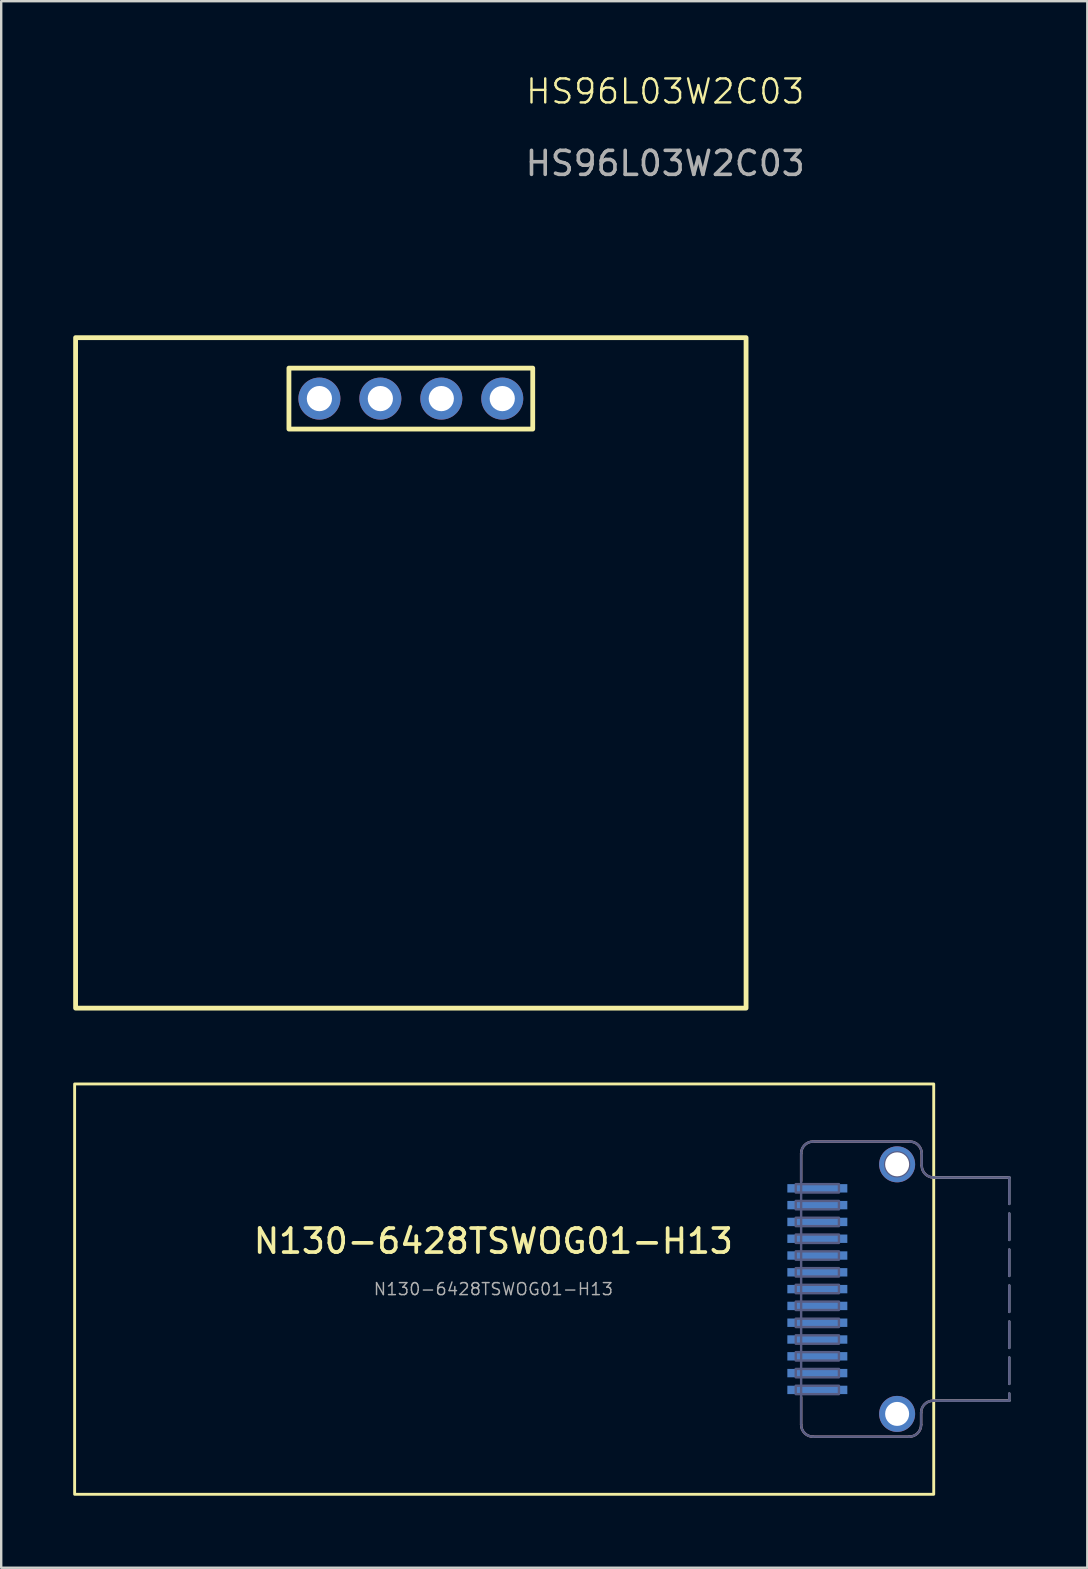
<source format=kicad_pcb>
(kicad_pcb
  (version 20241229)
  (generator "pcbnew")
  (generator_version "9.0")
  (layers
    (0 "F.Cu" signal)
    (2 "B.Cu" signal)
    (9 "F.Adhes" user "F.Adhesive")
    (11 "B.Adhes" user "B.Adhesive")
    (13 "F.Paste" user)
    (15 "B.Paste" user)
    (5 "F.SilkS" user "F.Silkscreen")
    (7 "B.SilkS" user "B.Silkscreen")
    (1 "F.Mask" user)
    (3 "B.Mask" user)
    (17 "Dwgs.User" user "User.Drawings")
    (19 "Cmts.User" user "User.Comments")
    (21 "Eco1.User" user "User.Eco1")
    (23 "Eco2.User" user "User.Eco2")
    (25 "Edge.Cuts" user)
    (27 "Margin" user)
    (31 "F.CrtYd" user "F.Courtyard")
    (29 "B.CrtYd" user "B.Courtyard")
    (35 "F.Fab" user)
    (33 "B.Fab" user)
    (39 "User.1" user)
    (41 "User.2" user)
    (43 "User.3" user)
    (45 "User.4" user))
  (footprint "HS96L03W2C03"
    (layer "F.Cu")
    (at 14.07 13.56)
    (property "Reference" "HS96L03W2C03" (at 10.6 -12.8 0) (unlocked yes) (layer "F.SilkS") (effects (font (size 1 1) (thickness 0.1))))
    (attr through_hole)
    (fp_rect (start -13.97 -2.54) (end 13.97 25.4) (stroke (width 0.2) (type default)) (fill no) (layer "F.SilkS"))
    (fp_rect (start -5.08 -1.27) (end 5.08 1.27) (stroke (width 0.2) (type default)) (fill no) (layer "F.SilkS"))
    (fp_text user "${REFERENCE}" (at 10.6 -9.8 0) (unlocked yes) (layer "F.Fab") (effects (font (size 1 1) (thickness 0.15))))
    (pad "1" thru_hole circle (at -3.81 0) (size 1.75 1.75) (drill 1.05) (layers "*.Cu" "*.Mask"))
    (pad "2" thru_hole circle (at -1.27 0) (size 1.75 1.75) (drill 1.05) (layers "*.Cu" "*.Mask"))
    (pad "3" thru_hole circle (at 1.27 0) (size 1.75 1.75) (drill 1.05) (layers "*.Cu" "*.Mask"))
    (pad "4" thru_hole circle (at 3.81 0) (size 1.75 1.75) (drill 1.05) (layers "*.Cu" "*.Mask")))
  (footprint "N130-6428TSWOG01-H13"
    (layer "F.Cu")
    (at 39.01 50.67)
    (property "Reference" "N130-6428TSWOG01-H13" (at -21.5 -2 0) (unlocked yes) (layer "F.SilkS") (effects (font (size 1 1) (thickness 0.155))))
    (attr smd)
    (fp_rect (start -38.95 -8.55) (end -3.15 8.55) (stroke (width 0.12) (type default)) (fill no) (layer "F.SilkS"))
    (fp_line (start -8.675 -4.5) (end -8.675 -5.65) (stroke (width 0.1) (type default)) (layer "B.SilkS"))
    (fp_line (start -8.675 5.65) (end -8.675 4.5) (stroke (width 0.1) (type default)) (layer "B.SilkS"))
    (fp_line (start -4.175 6.15) (end -8.175 6.15) (stroke (width 0.1) (type default)) (layer "B.SilkS"))
    (fp_line (start -4.15 -6.15) (end -8.175 -6.15) (stroke (width 0.1) (type default)) (layer "B.SilkS"))
    (fp_line (start -3.675 5.65) (end -3.675 5.15) (stroke (width 0.1) (type default)) (layer "B.SilkS"))
    (fp_line (start -3.65 -5.15) (end -3.65 -5.65) (stroke (width 0.1) (type default)) (layer "B.SilkS"))
    (fp_line (start -3.175 4.65) (end -0.025 4.65) (stroke (width 0.1) (type default)) (layer "B.SilkS"))
    (fp_line (start -3.15 -4.65) (end 0 -4.65) (stroke (width 0.1) (type default)) (layer "B.SilkS"))
    (fp_arc (start -8.675 -5.65) (mid -8.528553 -6.003553) (end -8.175 -6.15) (stroke (width 0.1) (type default)) (layer "B.SilkS"))
    (fp_arc (start -8.175 6.15) (mid -8.528553 6.003553) (end -8.675 5.65) (stroke (width 0.1) (type default)) (layer "B.SilkS"))
    (fp_arc (start -4.15 -6.15) (mid -3.796447 -6.003553) (end -3.65 -5.65) (stroke (width 0.1) (type default)) (layer "B.SilkS"))
    (fp_arc (start -3.675 5.15) (mid -3.528553 4.796447) (end -3.175 4.65) (stroke (width 0.1) (type default)) (layer "B.SilkS"))
    (fp_arc (start -3.675 5.65) (mid -3.821447 6.003553) (end -4.175 6.15) (stroke (width 0.1) (type default)) (layer "B.SilkS"))
    (fp_arc (start -3.15 -4.65) (mid -3.503553 -4.796447) (end -3.65 -5.15) (stroke (width 0.1) (type default)) (layer "B.SilkS"))
    (fp_line (start -8.675 5.65) (end -8.675 -5.65) (stroke (width 0.1) (type default)) (layer "B.Fab"))
    (fp_line (start -4.175 6.15) (end -8.175 6.15) (stroke (width 0.1) (type default)) (layer "B.Fab"))
    (fp_line (start -4.15 -6.15) (end -8.175 -6.15) (stroke (width 0.1) (type default)) (layer "B.Fab"))
    (fp_line (start -3.675 5.65) (end -3.675 5.15) (stroke (width 0.1) (type default)) (layer "B.Fab"))
    (fp_line (start -3.65 -5.15) (end -3.65 -5.65) (stroke (width 0.1) (type default)) (layer "B.Fab"))
    (fp_line (start -3.175 4.65) (end -0.025 4.65) (stroke (width 0.1) (type default)) (layer "B.Fab"))
    (fp_line (start -3.15 -4.65) (end 0 -4.65) (stroke (width 0.1) (type default)) (layer "B.Fab"))
    (fp_line (start 0 -4.65) (end 0 4.65) (stroke (width 0.1) (type dash)) (layer "B.Fab"))
    (fp_rect (start -8.9 -4.375) (end -7.1 -4.025) (stroke (width 0.1) (type solid)) (fill no) (layer "B.Fab"))
    (fp_rect (start -8.9 -3.675) (end -7.1 -3.325) (stroke (width 0.1) (type solid)) (fill no) (layer "B.Fab"))
    (fp_rect (start -8.9 -2.975) (end -7.1 -2.625) (stroke (width 0.1) (type solid)) (fill no) (layer "B.Fab"))
    (fp_rect (start -8.9 -2.275) (end -7.1 -1.925) (stroke (width 0.1) (type solid)) (fill no) (layer "B.Fab"))
    (fp_rect (start -8.9 -1.575) (end -7.1 -1.225) (stroke (width 0.1) (type solid)) (fill no) (layer "B.Fab"))
    (fp_rect (start -8.9 -0.875) (end -7.1 -0.525) (stroke (width 0.1) (type solid)) (fill no) (layer "B.Fab"))
    (fp_rect (start -8.9 -0.18) (end -7.1 0.17) (stroke (width 0.1) (type solid)) (fill no) (layer "B.Fab"))
    (fp_rect (start -8.9 0.52) (end -7.1 0.87) (stroke (width 0.1) (type solid)) (fill no) (layer "B.Fab"))
    (fp_rect (start -8.9 1.23) (end -7.1 1.58) (stroke (width 0.1) (type solid)) (fill no) (layer "B.Fab"))
    (fp_rect (start -8.9 1.925) (end -7.1 2.275) (stroke (width 0.1) (type solid)) (fill no) (layer "B.Fab"))
    (fp_rect (start -8.9 2.625) (end -7.1 2.975) (stroke (width 0.1) (type solid)) (fill no) (layer "B.Fab"))
    (fp_rect (start -8.9 3.325) (end -7.1 3.675) (stroke (width 0.1) (type solid)) (fill no) (layer "B.Fab"))
    (fp_rect (start -8.9 4.025) (end -7.1 4.375) (stroke (width 0.1) (type solid)) (fill no) (layer "B.Fab"))
    (fp_arc (start -8.675 -5.65) (mid -8.528553 -6.003553) (end -8.175 -6.15) (stroke (width 0.1) (type default)) (layer "B.Fab"))
    (fp_arc (start -8.175 6.15) (mid -8.528553 6.003553) (end -8.675 5.65) (stroke (width 0.1) (type default)) (layer "B.Fab"))
    (fp_arc (start -4.15 -6.15) (mid -3.796447 -6.003553) (end -3.65 -5.65) (stroke (width 0.1) (type default)) (layer "B.Fab"))
    (fp_arc (start -3.675 5.15) (mid -3.528553 4.796447) (end -3.175 4.65) (stroke (width 0.1) (type default)) (layer "B.Fab"))
    (fp_arc (start -3.675 5.65) (mid -3.821447 6.003553) (end -4.175 6.15) (stroke (width 0.1) (type default)) (layer "B.Fab"))
    (fp_arc (start -3.15 -4.65) (mid -3.503553 -4.796447) (end -3.65 -5.15) (stroke (width 0.1) (type default)) (layer "B.Fab"))
    (fp_circle (center -4.675 -5.2) (end -4.175 -5.2) (stroke (width 0.1) (type default)) (fill no) (layer "B.Fab"))
    (fp_line (start -3.15 -4.65) (end 0 -4.65) (stroke (width 0.1) (type default)) (layer "F.Fab"))
    (fp_line (start -3.15 4.65) (end 0 4.65) (stroke (width 0.1) (type default)) (layer "F.Fab"))
    (fp_line (start 0 -4.65) (end 0 4.65) (stroke (width 0.1) (type dash)) (layer "F.Fab"))
    (fp_text user "${REFERENCE}" (at -21.5 0 0) (unlocked yes) (layer "F.Fab") (effects (font (size 0.5 0.5) (thickness 0.06))))
    (pad "" thru_hole circle (at -4.675 -5.2) (size 1.5 1.5) (drill 1) (layers "*.Cu" "*.Mask"))
    (pad "" thru_hole circle (at -4.675 5.2) (size 1.5 1.5) (drill 1) (layers "*.Cu" "*.Mask"))
    (pad "1" smd rect (at -8 4.2) (size 2.5 0.35) (layers "B.Cu" "B.Mask" "B.Paste"))
    (pad "2" smd rect (at -8 3.5) (size 2.5 0.35) (layers "B.Cu" "B.Mask" "B.Paste"))
    (pad "3" smd rect (at -8 2.8) (size 2.5 0.35) (layers "B.Cu" "B.Mask" "B.Paste"))
    (pad "4" smd rect (at -8 2.1) (size 2.5 0.35) (layers "B.Cu" "B.Mask" "B.Paste"))
    (pad "5" smd rect (at -8 1.4) (size 2.5 0.35) (layers "B.Cu" "B.Mask" "B.Paste"))
    (pad "6" smd rect (at -8 0.7) (size 2.5 0.35) (layers "B.Cu" "B.Mask" "B.Paste"))
    (pad "7" smd rect (at -8 0) (size 2.5 0.35) (layers "B.Cu" "B.Mask" "B.Paste"))
    (pad "8" smd rect (at -8 -0.7) (size 2.5 0.35) (layers "B.Cu" "B.Mask" "B.Paste"))
    (pad "9" smd rect (at -8 -1.4) (size 2.5 0.35) (layers "B.Cu" "B.Mask" "B.Paste"))
    (pad "10" smd rect (at -8 -2.1) (size 2.5 0.35) (layers "B.Cu" "B.Mask" "B.Paste"))
    (pad "11" smd rect (at -8 -2.8) (size 2.5 0.35) (layers "B.Cu" "B.Mask" "B.Paste"))
    (pad "12" smd rect (at -8 -3.5) (size 2.5 0.35) (layers "B.Cu" "B.Mask" "B.Paste"))
    (pad "13" smd rect (at -8 -4.2) (size 2.5 0.35) (layers "B.Cu" "B.Mask" "B.Paste")))
  (gr_rect
    (start -3 -3)
    (end 42.26 62.281)
    (stroke (width 0.1) (type default))
    (fill no)
    (layer "Edge.Cuts")))
</source>
